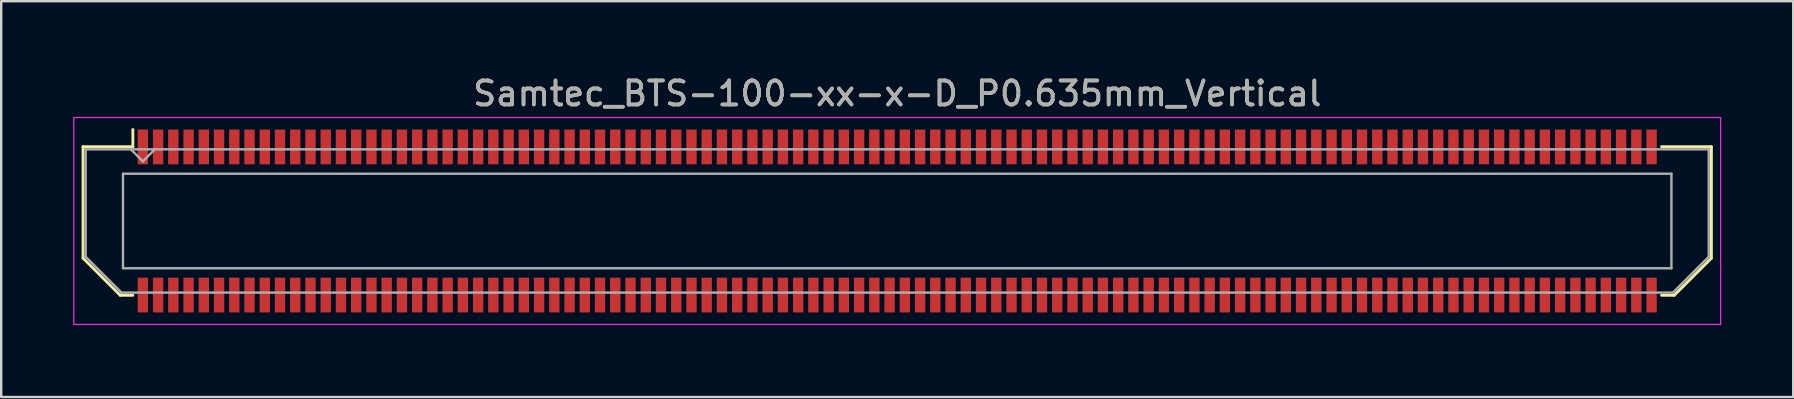
<source format=kicad_pcb>
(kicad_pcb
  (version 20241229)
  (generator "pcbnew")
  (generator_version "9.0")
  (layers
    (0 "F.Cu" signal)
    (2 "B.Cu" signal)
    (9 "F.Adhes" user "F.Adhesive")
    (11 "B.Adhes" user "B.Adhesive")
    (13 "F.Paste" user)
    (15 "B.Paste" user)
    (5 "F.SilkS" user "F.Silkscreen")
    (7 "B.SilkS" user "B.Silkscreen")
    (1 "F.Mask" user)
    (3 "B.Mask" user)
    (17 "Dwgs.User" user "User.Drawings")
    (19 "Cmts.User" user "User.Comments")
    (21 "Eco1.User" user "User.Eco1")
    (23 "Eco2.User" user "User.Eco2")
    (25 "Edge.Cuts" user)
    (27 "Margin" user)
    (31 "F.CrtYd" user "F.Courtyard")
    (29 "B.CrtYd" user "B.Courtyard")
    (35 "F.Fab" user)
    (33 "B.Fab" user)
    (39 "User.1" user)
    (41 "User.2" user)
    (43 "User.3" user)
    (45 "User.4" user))
  (footprint "Samtec_BTS-100-xx-x-D_P0.635mm_Vertical"
    (layer "F.Cu")
    (at 34.335 6.158)
    (property "Reference" "Samtec_BTS-100-xx-x-D_P0.635mm_Vertical" (at 0 -5.31 0) (layer "F.SilkS") (effects (font (size 1 1) (thickness 0.15))))
    (attr smd)
    (fp_line (start -33.925 -3.095) (end -33.925 1.548) (stroke (width 0.12) (type solid)) (layer "F.SilkS"))
    (fp_line (start -33.925 1.548) (end -32.377 3.095) (stroke (width 0.12) (type solid)) (layer "F.SilkS"))
    (fp_line (start -32.377 3.095) (end -31.849 3.095) (stroke (width 0.12) (type solid)) (layer "F.SilkS"))
    (fp_line (start -31.849 -3.811) (end -31.849 -3.095) (stroke (width 0.12) (type solid)) (layer "F.SilkS"))
    (fp_line (start -31.849 -3.095) (end -33.925 -3.095) (stroke (width 0.12) (type solid)) (layer "F.SilkS"))
    (fp_line (start 31.849 -3.095) (end 33.925 -3.095) (stroke (width 0.12) (type solid)) (layer "F.SilkS"))
    (fp_line (start 32.377 3.095) (end 31.849 3.095) (stroke (width 0.12) (type solid)) (layer "F.SilkS"))
    (fp_line (start 33.925 -3.095) (end 33.925 1.548) (stroke (width 0.12) (type solid)) (layer "F.SilkS"))
    (fp_line (start 33.925 1.548) (end 32.377 3.095) (stroke (width 0.12) (type solid)) (layer "F.SilkS"))
    (fp_line (start -34.31 -4.31) (end -34.31 4.31) (stroke (width 0.05) (type solid)) (layer "F.CrtYd"))
    (fp_line (start -34.31 4.31) (end 34.31 4.31) (stroke (width 0.05) (type solid)) (layer "F.CrtYd"))
    (fp_line (start 34.31 -4.31) (end -34.31 -4.31) (stroke (width 0.05) (type solid)) (layer "F.CrtYd"))
    (fp_line (start 34.31 4.31) (end 34.31 -4.31) (stroke (width 0.05) (type solid)) (layer "F.CrtYd"))
    (fp_line (start -33.815 -2.985) (end -33.815 1.492) (stroke (width 0.1) (type solid)) (layer "F.Fab"))
    (fp_line (start -33.815 -2.985) (end 33.815 -2.985) (stroke (width 0.1) (type solid)) (layer "F.Fab"))
    (fp_line (start -33.815 1.492) (end -32.322 2.985) (stroke (width 0.1) (type solid)) (layer "F.Fab"))
    (fp_line (start -32.322 2.985) (end 32.322 2.985) (stroke (width 0.1) (type solid)) (layer "F.Fab"))
    (fp_line (start -32.26 -1.97) (end -32.26 1.97) (stroke (width 0.1) (type solid)) (layer "F.Fab"))
    (fp_line (start -32.26 1.97) (end 32.26 1.97) (stroke (width 0.1) (type solid)) (layer "F.Fab"))
    (fp_line (start -31.433 -2.485) (end -31.933 -2.985) (stroke (width 0.1) (type solid)) (layer "F.Fab"))
    (fp_line (start -30.933 -2.985) (end -31.433 -2.485) (stroke (width 0.1) (type solid)) (layer "F.Fab"))
    (fp_line (start 32.26 -1.97) (end -32.26 -1.97) (stroke (width 0.1) (type solid)) (layer "F.Fab"))
    (fp_line (start 32.26 1.97) (end 32.26 -1.97) (stroke (width 0.1) (type solid)) (layer "F.Fab"))
    (fp_line (start 33.815 -2.985) (end 33.815 1.492) (stroke (width 0.1) (type solid)) (layer "F.Fab"))
    (fp_line (start 33.815 1.492) (end 32.322 2.985) (stroke (width 0.1) (type solid)) (layer "F.Fab"))
    (fp_text user "${REFERENCE}" (at 0 -5.31 0) (layer "F.Fab") (effects (font (size 1 1) (thickness 0.15))))
    (pad "1" smd rect (at -31.433 -3.086) (size 0.432 1.45) (layers "F.Cu" "F.Mask" "F.Paste"))
    (pad "2" smd rect (at -31.433 3.086) (size 0.432 1.45) (layers "F.Cu" "F.Mask" "F.Paste"))
    (pad "3" smd rect (at -30.797 -3.086) (size 0.432 1.45) (layers "F.Cu" "F.Mask" "F.Paste"))
    (pad "4" smd rect (at -30.797 3.086) (size 0.432 1.45) (layers "F.Cu" "F.Mask" "F.Paste"))
    (pad "5" smd rect (at -30.163 -3.086) (size 0.432 1.45) (layers "F.Cu" "F.Mask" "F.Paste"))
    (pad "6" smd rect (at -30.163 3.086) (size 0.432 1.45) (layers "F.Cu" "F.Mask" "F.Paste"))
    (pad "7" smd rect (at -29.527 -3.086) (size 0.432 1.45) (layers "F.Cu" "F.Mask" "F.Paste"))
    (pad "8" smd rect (at -29.527 3.086) (size 0.432 1.45) (layers "F.Cu" "F.Mask" "F.Paste"))
    (pad "9" smd rect (at -28.892 -3.086) (size 0.432 1.45) (layers "F.Cu" "F.Mask" "F.Paste"))
    (pad "10" smd rect (at -28.892 3.086) (size 0.432 1.45) (layers "F.Cu" "F.Mask" "F.Paste"))
    (pad "11" smd rect (at -28.258 -3.086) (size 0.432 1.45) (layers "F.Cu" "F.Mask" "F.Paste"))
    (pad "12" smd rect (at -28.258 3.086) (size 0.432 1.45) (layers "F.Cu" "F.Mask" "F.Paste"))
    (pad "13" smd rect (at -27.622 -3.086) (size 0.432 1.45) (layers "F.Cu" "F.Mask" "F.Paste"))
    (pad "14" smd rect (at -27.622 3.086) (size 0.432 1.45) (layers "F.Cu" "F.Mask" "F.Paste"))
    (pad "15" smd rect (at -26.988 -3.086) (size 0.432 1.45) (layers "F.Cu" "F.Mask" "F.Paste"))
    (pad "16" smd rect (at -26.988 3.086) (size 0.432 1.45) (layers "F.Cu" "F.Mask" "F.Paste"))
    (pad "17" smd rect (at -26.352 -3.086) (size 0.432 1.45) (layers "F.Cu" "F.Mask" "F.Paste"))
    (pad "18" smd rect (at -26.352 3.086) (size 0.432 1.45) (layers "F.Cu" "F.Mask" "F.Paste"))
    (pad "19" smd rect (at -25.718 -3.086) (size 0.432 1.45) (layers "F.Cu" "F.Mask" "F.Paste"))
    (pad "20" smd rect (at -25.718 3.086) (size 0.432 1.45) (layers "F.Cu" "F.Mask" "F.Paste"))
    (pad "21" smd rect (at -25.082 -3.086) (size 0.432 1.45) (layers "F.Cu" "F.Mask" "F.Paste"))
    (pad "22" smd rect (at -25.082 3.086) (size 0.432 1.45) (layers "F.Cu" "F.Mask" "F.Paste"))
    (pad "23" smd rect (at -24.448 -3.086) (size 0.432 1.45) (layers "F.Cu" "F.Mask" "F.Paste"))
    (pad "24" smd rect (at -24.448 3.086) (size 0.432 1.45) (layers "F.Cu" "F.Mask" "F.Paste"))
    (pad "25" smd rect (at -23.812 -3.086) (size 0.432 1.45) (layers "F.Cu" "F.Mask" "F.Paste"))
    (pad "26" smd rect (at -23.812 3.086) (size 0.432 1.45) (layers "F.Cu" "F.Mask" "F.Paste"))
    (pad "27" smd rect (at -23.177 -3.086) (size 0.432 1.45) (layers "F.Cu" "F.Mask" "F.Paste"))
    (pad "28" smd rect (at -23.177 3.086) (size 0.432 1.45) (layers "F.Cu" "F.Mask" "F.Paste"))
    (pad "29" smd rect (at -22.543 -3.086) (size 0.432 1.45) (layers "F.Cu" "F.Mask" "F.Paste"))
    (pad "30" smd rect (at -22.543 3.086) (size 0.432 1.45) (layers "F.Cu" "F.Mask" "F.Paste"))
    (pad "31" smd rect (at -21.907 -3.086) (size 0.432 1.45) (layers "F.Cu" "F.Mask" "F.Paste"))
    (pad "32" smd rect (at -21.907 3.086) (size 0.432 1.45) (layers "F.Cu" "F.Mask" "F.Paste"))
    (pad "33" smd rect (at -21.273 -3.086) (size 0.432 1.45) (layers "F.Cu" "F.Mask" "F.Paste"))
    (pad "34" smd rect (at -21.273 3.086) (size 0.432 1.45) (layers "F.Cu" "F.Mask" "F.Paste"))
    (pad "35" smd rect (at -20.637 -3.086) (size 0.432 1.45) (layers "F.Cu" "F.Mask" "F.Paste"))
    (pad "36" smd rect (at -20.637 3.086) (size 0.432 1.45) (layers "F.Cu" "F.Mask" "F.Paste"))
    (pad "37" smd rect (at -20.003 -3.086) (size 0.432 1.45) (layers "F.Cu" "F.Mask" "F.Paste"))
    (pad "38" smd rect (at -20.003 3.086) (size 0.432 1.45) (layers "F.Cu" "F.Mask" "F.Paste"))
    (pad "39" smd rect (at -19.367 -3.086) (size 0.432 1.45) (layers "F.Cu" "F.Mask" "F.Paste"))
    (pad "40" smd rect (at -19.367 3.086) (size 0.432 1.45) (layers "F.Cu" "F.Mask" "F.Paste"))
    (pad "41" smd rect (at -18.733 -3.086) (size 0.432 1.45) (layers "F.Cu" "F.Mask" "F.Paste"))
    (pad "42" smd rect (at -18.733 3.086) (size 0.432 1.45) (layers "F.Cu" "F.Mask" "F.Paste"))
    (pad "43" smd rect (at -18.098 -3.086) (size 0.432 1.45) (layers "F.Cu" "F.Mask" "F.Paste"))
    (pad "44" smd rect (at -18.098 3.086) (size 0.432 1.45) (layers "F.Cu" "F.Mask" "F.Paste"))
    (pad "45" smd rect (at -17.462 -3.086) (size 0.432 1.45) (layers "F.Cu" "F.Mask" "F.Paste"))
    (pad "46" smd rect (at -17.462 3.086) (size 0.432 1.45) (layers "F.Cu" "F.Mask" "F.Paste"))
    (pad "47" smd rect (at -16.828 -3.086) (size 0.432 1.45) (layers "F.Cu" "F.Mask" "F.Paste"))
    (pad "48" smd rect (at -16.828 3.086) (size 0.432 1.45) (layers "F.Cu" "F.Mask" "F.Paste"))
    (pad "49" smd rect (at -16.192 -3.086) (size 0.432 1.45) (layers "F.Cu" "F.Mask" "F.Paste"))
    (pad "50" smd rect (at -16.192 3.086) (size 0.432 1.45) (layers "F.Cu" "F.Mask" "F.Paste"))
    (pad "51" smd rect (at -15.557 -3.086) (size 0.432 1.45) (layers "F.Cu" "F.Mask" "F.Paste"))
    (pad "52" smd rect (at -15.557 3.086) (size 0.432 1.45) (layers "F.Cu" "F.Mask" "F.Paste"))
    (pad "53" smd rect (at -14.922 -3.086) (size 0.432 1.45) (layers "F.Cu" "F.Mask" "F.Paste"))
    (pad "54" smd rect (at -14.922 3.086) (size 0.432 1.45) (layers "F.Cu" "F.Mask" "F.Paste"))
    (pad "55" smd rect (at -14.287 -3.086) (size 0.432 1.45) (layers "F.Cu" "F.Mask" "F.Paste"))
    (pad "56" smd rect (at -14.287 3.086) (size 0.432 1.45) (layers "F.Cu" "F.Mask" "F.Paste"))
    (pad "57" smd rect (at -13.652 -3.086) (size 0.432 1.45) (layers "F.Cu" "F.Mask" "F.Paste"))
    (pad "58" smd rect (at -13.652 3.086) (size 0.432 1.45) (layers "F.Cu" "F.Mask" "F.Paste"))
    (pad "59" smd rect (at -13.018 -3.086) (size 0.432 1.45) (layers "F.Cu" "F.Mask" "F.Paste"))
    (pad "60" smd rect (at -13.018 3.086) (size 0.432 1.45) (layers "F.Cu" "F.Mask" "F.Paste"))
    (pad "61" smd rect (at -12.383 -3.086) (size 0.432 1.45) (layers "F.Cu" "F.Mask" "F.Paste"))
    (pad "62" smd rect (at -12.383 3.086) (size 0.432 1.45) (layers "F.Cu" "F.Mask" "F.Paste"))
    (pad "63" smd rect (at -11.748 -3.086) (size 0.432 1.45) (layers "F.Cu" "F.Mask" "F.Paste"))
    (pad "64" smd rect (at -11.748 3.086) (size 0.432 1.45) (layers "F.Cu" "F.Mask" "F.Paste"))
    (pad "65" smd rect (at -11.113 -3.086) (size 0.432 1.45) (layers "F.Cu" "F.Mask" "F.Paste"))
    (pad "66" smd rect (at -11.113 3.086) (size 0.432 1.45) (layers "F.Cu" "F.Mask" "F.Paste"))
    (pad "67" smd rect (at -10.477 -3.086) (size 0.432 1.45) (layers "F.Cu" "F.Mask" "F.Paste"))
    (pad "68" smd rect (at -10.477 3.086) (size 0.432 1.45) (layers "F.Cu" "F.Mask" "F.Paste"))
    (pad "69" smd rect (at -9.842 -3.086) (size 0.432 1.45) (layers "F.Cu" "F.Mask" "F.Paste"))
    (pad "70" smd rect (at -9.842 3.086) (size 0.432 1.45) (layers "F.Cu" "F.Mask" "F.Paste"))
    (pad "71" smd rect (at -9.207 -3.086) (size 0.432 1.45) (layers "F.Cu" "F.Mask" "F.Paste"))
    (pad "72" smd rect (at -9.207 3.086) (size 0.432 1.45) (layers "F.Cu" "F.Mask" "F.Paste"))
    (pad "73" smd rect (at -8.572 -3.086) (size 0.432 1.45) (layers "F.Cu" "F.Mask" "F.Paste"))
    (pad "74" smd rect (at -8.572 3.086) (size 0.432 1.45) (layers "F.Cu" "F.Mask" "F.Paste"))
    (pad "75" smd rect (at -7.938 -3.086) (size 0.432 1.45) (layers "F.Cu" "F.Mask" "F.Paste"))
    (pad "76" smd rect (at -7.938 3.086) (size 0.432 1.45) (layers "F.Cu" "F.Mask" "F.Paste"))
    (pad "77" smd rect (at -7.303 -3.086) (size 0.432 1.45) (layers "F.Cu" "F.Mask" "F.Paste"))
    (pad "78" smd rect (at -7.303 3.086) (size 0.432 1.45) (layers "F.Cu" "F.Mask" "F.Paste"))
    (pad "79" smd rect (at -6.668 -3.086) (size 0.432 1.45) (layers "F.Cu" "F.Mask" "F.Paste"))
    (pad "80" smd rect (at -6.668 3.086) (size 0.432 1.45) (layers "F.Cu" "F.Mask" "F.Paste"))
    (pad "81" smd rect (at -6.032 -3.086) (size 0.432 1.45) (layers "F.Cu" "F.Mask" "F.Paste"))
    (pad "82" smd rect (at -6.032 3.086) (size 0.432 1.45) (layers "F.Cu" "F.Mask" "F.Paste"))
    (pad "83" smd rect (at -5.397 -3.086) (size 0.432 1.45) (layers "F.Cu" "F.Mask" "F.Paste"))
    (pad "84" smd rect (at -5.397 3.086) (size 0.432 1.45) (layers "F.Cu" "F.Mask" "F.Paste"))
    (pad "85" smd rect (at -4.763 -3.086) (size 0.432 1.45) (layers "F.Cu" "F.Mask" "F.Paste"))
    (pad "86" smd rect (at -4.763 3.086) (size 0.432 1.45) (layers "F.Cu" "F.Mask" "F.Paste"))
    (pad "87" smd rect (at -4.128 -3.086) (size 0.432 1.45) (layers "F.Cu" "F.Mask" "F.Paste"))
    (pad "88" smd rect (at -4.128 3.086) (size 0.432 1.45) (layers "F.Cu" "F.Mask" "F.Paste"))
    (pad "89" smd rect (at -3.493 -3.086) (size 0.432 1.45) (layers "F.Cu" "F.Mask" "F.Paste"))
    (pad "90" smd rect (at -3.493 3.086) (size 0.432 1.45) (layers "F.Cu" "F.Mask" "F.Paste"))
    (pad "91" smd rect (at -2.857 -3.086) (size 0.432 1.45) (layers "F.Cu" "F.Mask" "F.Paste"))
    (pad "92" smd rect (at -2.857 3.086) (size 0.432 1.45) (layers "F.Cu" "F.Mask" "F.Paste"))
    (pad "93" smd rect (at -2.223 -3.086) (size 0.432 1.45) (layers "F.Cu" "F.Mask" "F.Paste"))
    (pad "94" smd rect (at -2.223 3.086) (size 0.432 1.45) (layers "F.Cu" "F.Mask" "F.Paste"))
    (pad "95" smd rect (at -1.587 -3.086) (size 0.432 1.45) (layers "F.Cu" "F.Mask" "F.Paste"))
    (pad "96" smd rect (at -1.587 3.086) (size 0.432 1.45) (layers "F.Cu" "F.Mask" "F.Paste"))
    (pad "97" smd rect (at -0.953 -3.086) (size 0.432 1.45) (layers "F.Cu" "F.Mask" "F.Paste"))
    (pad "98" smd rect (at -0.953 3.086) (size 0.432 1.45) (layers "F.Cu" "F.Mask" "F.Paste"))
    (pad "99" smd rect (at -0.318 -3.086) (size 0.432 1.45) (layers "F.Cu" "F.Mask" "F.Paste"))
    (pad "100" smd rect (at -0.318 3.086) (size 0.432 1.45) (layers "F.Cu" "F.Mask" "F.Paste"))
    (pad "101" smd rect (at 0.318 -3.086) (size 0.432 1.45) (layers "F.Cu" "F.Mask" "F.Paste"))
    (pad "102" smd rect (at 0.318 3.086) (size 0.432 1.45) (layers "F.Cu" "F.Mask" "F.Paste"))
    (pad "103" smd rect (at 0.953 -3.086) (size 0.432 1.45) (layers "F.Cu" "F.Mask" "F.Paste"))
    (pad "104" smd rect (at 0.953 3.086) (size 0.432 1.45) (layers "F.Cu" "F.Mask" "F.Paste"))
    (pad "105" smd rect (at 1.587 -3.086) (size 0.432 1.45) (layers "F.Cu" "F.Mask" "F.Paste"))
    (pad "106" smd rect (at 1.587 3.086) (size 0.432 1.45) (layers "F.Cu" "F.Mask" "F.Paste"))
    (pad "107" smd rect (at 2.223 -3.086) (size 0.432 1.45) (layers "F.Cu" "F.Mask" "F.Paste"))
    (pad "108" smd rect (at 2.223 3.086) (size 0.432 1.45) (layers "F.Cu" "F.Mask" "F.Paste"))
    (pad "109" smd rect (at 2.857 -3.086) (size 0.432 1.45) (layers "F.Cu" "F.Mask" "F.Paste"))
    (pad "110" smd rect (at 2.857 3.086) (size 0.432 1.45) (layers "F.Cu" "F.Mask" "F.Paste"))
    (pad "111" smd rect (at 3.493 -3.086) (size 0.432 1.45) (layers "F.Cu" "F.Mask" "F.Paste"))
    (pad "112" smd rect (at 3.493 3.086) (size 0.432 1.45) (layers "F.Cu" "F.Mask" "F.Paste"))
    (pad "113" smd rect (at 4.128 -3.086) (size 0.432 1.45) (layers "F.Cu" "F.Mask" "F.Paste"))
    (pad "114" smd rect (at 4.128 3.086) (size 0.432 1.45) (layers "F.Cu" "F.Mask" "F.Paste"))
    (pad "115" smd rect (at 4.763 -3.086) (size 0.432 1.45) (layers "F.Cu" "F.Mask" "F.Paste"))
    (pad "116" smd rect (at 4.763 3.086) (size 0.432 1.45) (layers "F.Cu" "F.Mask" "F.Paste"))
    (pad "117" smd rect (at 5.397 -3.086) (size 0.432 1.45) (layers "F.Cu" "F.Mask" "F.Paste"))
    (pad "118" smd rect (at 5.397 3.086) (size 0.432 1.45) (layers "F.Cu" "F.Mask" "F.Paste"))
    (pad "119" smd rect (at 6.032 -3.086) (size 0.432 1.45) (layers "F.Cu" "F.Mask" "F.Paste"))
    (pad "120" smd rect (at 6.032 3.086) (size 0.432 1.45) (layers "F.Cu" "F.Mask" "F.Paste"))
    (pad "121" smd rect (at 6.668 -3.086) (size 0.432 1.45) (layers "F.Cu" "F.Mask" "F.Paste"))
    (pad "122" smd rect (at 6.668 3.086) (size 0.432 1.45) (layers "F.Cu" "F.Mask" "F.Paste"))
    (pad "123" smd rect (at 7.303 -3.086) (size 0.432 1.45) (layers "F.Cu" "F.Mask" "F.Paste"))
    (pad "124" smd rect (at 7.303 3.086) (size 0.432 1.45) (layers "F.Cu" "F.Mask" "F.Paste"))
    (pad "125" smd rect (at 7.938 -3.086) (size 0.432 1.45) (layers "F.Cu" "F.Mask" "F.Paste"))
    (pad "126" smd rect (at 7.938 3.086) (size 0.432 1.45) (layers "F.Cu" "F.Mask" "F.Paste"))
    (pad "127" smd rect (at 8.572 -3.086) (size 0.432 1.45) (layers "F.Cu" "F.Mask" "F.Paste"))
    (pad "128" smd rect (at 8.572 3.086) (size 0.432 1.45) (layers "F.Cu" "F.Mask" "F.Paste"))
    (pad "129" smd rect (at 9.207 -3.086) (size 0.432 1.45) (layers "F.Cu" "F.Mask" "F.Paste"))
    (pad "130" smd rect (at 9.207 3.086) (size 0.432 1.45) (layers "F.Cu" "F.Mask" "F.Paste"))
    (pad "131" smd rect (at 9.842 -3.086) (size 0.432 1.45) (layers "F.Cu" "F.Mask" "F.Paste"))
    (pad "132" smd rect (at 9.842 3.086) (size 0.432 1.45) (layers "F.Cu" "F.Mask" "F.Paste"))
    (pad "133" smd rect (at 10.477 -3.086) (size 0.432 1.45) (layers "F.Cu" "F.Mask" "F.Paste"))
    (pad "134" smd rect (at 10.477 3.086) (size 0.432 1.45) (layers "F.Cu" "F.Mask" "F.Paste"))
    (pad "135" smd rect (at 11.113 -3.086) (size 0.432 1.45) (layers "F.Cu" "F.Mask" "F.Paste"))
    (pad "136" smd rect (at 11.113 3.086) (size 0.432 1.45) (layers "F.Cu" "F.Mask" "F.Paste"))
    (pad "137" smd rect (at 11.748 -3.086) (size 0.432 1.45) (layers "F.Cu" "F.Mask" "F.Paste"))
    (pad "138" smd rect (at 11.748 3.086) (size 0.432 1.45) (layers "F.Cu" "F.Mask" "F.Paste"))
    (pad "139" smd rect (at 12.383 -3.086) (size 0.432 1.45) (layers "F.Cu" "F.Mask" "F.Paste"))
    (pad "140" smd rect (at 12.383 3.086) (size 0.432 1.45) (layers "F.Cu" "F.Mask" "F.Paste"))
    (pad "141" smd rect (at 13.018 -3.086) (size 0.432 1.45) (layers "F.Cu" "F.Mask" "F.Paste"))
    (pad "142" smd rect (at 13.018 3.086) (size 0.432 1.45) (layers "F.Cu" "F.Mask" "F.Paste"))
    (pad "143" smd rect (at 13.652 -3.086) (size 0.432 1.45) (layers "F.Cu" "F.Mask" "F.Paste"))
    (pad "144" smd rect (at 13.652 3.086) (size 0.432 1.45) (layers "F.Cu" "F.Mask" "F.Paste"))
    (pad "145" smd rect (at 14.287 -3.086) (size 0.432 1.45) (layers "F.Cu" "F.Mask" "F.Paste"))
    (pad "146" smd rect (at 14.287 3.086) (size 0.432 1.45) (layers "F.Cu" "F.Mask" "F.Paste"))
    (pad "147" smd rect (at 14.922 -3.086) (size 0.432 1.45) (layers "F.Cu" "F.Mask" "F.Paste"))
    (pad "148" smd rect (at 14.922 3.086) (size 0.432 1.45) (layers "F.Cu" "F.Mask" "F.Paste"))
    (pad "149" smd rect (at 15.557 -3.086) (size 0.432 1.45) (layers "F.Cu" "F.Mask" "F.Paste"))
    (pad "150" smd rect (at 15.557 3.086) (size 0.432 1.45) (layers "F.Cu" "F.Mask" "F.Paste"))
    (pad "151" smd rect (at 16.192 -3.086) (size 0.432 1.45) (layers "F.Cu" "F.Mask" "F.Paste"))
    (pad "152" smd rect (at 16.192 3.086) (size 0.432 1.45) (layers "F.Cu" "F.Mask" "F.Paste"))
    (pad "153" smd rect (at 16.828 -3.086) (size 0.432 1.45) (layers "F.Cu" "F.Mask" "F.Paste"))
    (pad "154" smd rect (at 16.828 3.086) (size 0.432 1.45) (layers "F.Cu" "F.Mask" "F.Paste"))
    (pad "155" smd rect (at 17.462 -3.086) (size 0.432 1.45) (layers "F.Cu" "F.Mask" "F.Paste"))
    (pad "156" smd rect (at 17.462 3.086) (size 0.432 1.45) (layers "F.Cu" "F.Mask" "F.Paste"))
    (pad "157" smd rect (at 18.098 -3.086) (size 0.432 1.45) (layers "F.Cu" "F.Mask" "F.Paste"))
    (pad "158" smd rect (at 18.098 3.086) (size 0.432 1.45) (layers "F.Cu" "F.Mask" "F.Paste"))
    (pad "159" smd rect (at 18.733 -3.086) (size 0.432 1.45) (layers "F.Cu" "F.Mask" "F.Paste"))
    (pad "160" smd rect (at 18.733 3.086) (size 0.432 1.45) (layers "F.Cu" "F.Mask" "F.Paste"))
    (pad "161" smd rect (at 19.367 -3.086) (size 0.432 1.45) (layers "F.Cu" "F.Mask" "F.Paste"))
    (pad "162" smd rect (at 19.367 3.086) (size 0.432 1.45) (layers "F.Cu" "F.Mask" "F.Paste"))
    (pad "163" smd rect (at 20.003 -3.086) (size 0.432 1.45) (layers "F.Cu" "F.Mask" "F.Paste"))
    (pad "164" smd rect (at 20.003 3.086) (size 0.432 1.45) (layers "F.Cu" "F.Mask" "F.Paste"))
    (pad "165" smd rect (at 20.637 -3.086) (size 0.432 1.45) (layers "F.Cu" "F.Mask" "F.Paste"))
    (pad "166" smd rect (at 20.637 3.086) (size 0.432 1.45) (layers "F.Cu" "F.Mask" "F.Paste"))
    (pad "167" smd rect (at 21.273 -3.086) (size 0.432 1.45) (layers "F.Cu" "F.Mask" "F.Paste"))
    (pad "168" smd rect (at 21.273 3.086) (size 0.432 1.45) (layers "F.Cu" "F.Mask" "F.Paste"))
    (pad "169" smd rect (at 21.907 -3.086) (size 0.432 1.45) (layers "F.Cu" "F.Mask" "F.Paste"))
    (pad "170" smd rect (at 21.907 3.086) (size 0.432 1.45) (layers "F.Cu" "F.Mask" "F.Paste"))
    (pad "171" smd rect (at 22.543 -3.086) (size 0.432 1.45) (layers "F.Cu" "F.Mask" "F.Paste"))
    (pad "172" smd rect (at 22.543 3.086) (size 0.432 1.45) (layers "F.Cu" "F.Mask" "F.Paste"))
    (pad "173" smd rect (at 23.177 -3.086) (size 0.432 1.45) (layers "F.Cu" "F.Mask" "F.Paste"))
    (pad "174" smd rect (at 23.177 3.086) (size 0.432 1.45) (layers "F.Cu" "F.Mask" "F.Paste"))
    (pad "175" smd rect (at 23.812 -3.086) (size 0.432 1.45) (layers "F.Cu" "F.Mask" "F.Paste"))
    (pad "176" smd rect (at 23.812 3.086) (size 0.432 1.45) (layers "F.Cu" "F.Mask" "F.Paste"))
    (pad "177" smd rect (at 24.448 -3.086) (size 0.432 1.45) (layers "F.Cu" "F.Mask" "F.Paste"))
    (pad "178" smd rect (at 24.448 3.086) (size 0.432 1.45) (layers "F.Cu" "F.Mask" "F.Paste"))
    (pad "179" smd rect (at 25.082 -3.086) (size 0.432 1.45) (layers "F.Cu" "F.Mask" "F.Paste"))
    (pad "180" smd rect (at 25.082 3.086) (size 0.432 1.45) (layers "F.Cu" "F.Mask" "F.Paste"))
    (pad "181" smd rect (at 25.718 -3.086) (size 0.432 1.45) (layers "F.Cu" "F.Mask" "F.Paste"))
    (pad "182" smd rect (at 25.718 3.086) (size 0.432 1.45) (layers "F.Cu" "F.Mask" "F.Paste"))
    (pad "183" smd rect (at 26.352 -3.086) (size 0.432 1.45) (layers "F.Cu" "F.Mask" "F.Paste"))
    (pad "184" smd rect (at 26.352 3.086) (size 0.432 1.45) (layers "F.Cu" "F.Mask" "F.Paste"))
    (pad "185" smd rect (at 26.988 -3.086) (size 0.432 1.45) (layers "F.Cu" "F.Mask" "F.Paste"))
    (pad "186" smd rect (at 26.988 3.086) (size 0.432 1.45) (layers "F.Cu" "F.Mask" "F.Paste"))
    (pad "187" smd rect (at 27.622 -3.086) (size 0.432 1.45) (layers "F.Cu" "F.Mask" "F.Paste"))
    (pad "188" smd rect (at 27.622 3.086) (size 0.432 1.45) (layers "F.Cu" "F.Mask" "F.Paste"))
    (pad "189" smd rect (at 28.258 -3.086) (size 0.432 1.45) (layers "F.Cu" "F.Mask" "F.Paste"))
    (pad "190" smd rect (at 28.258 3.086) (size 0.432 1.45) (layers "F.Cu" "F.Mask" "F.Paste"))
    (pad "191" smd rect (at 28.892 -3.086) (size 0.432 1.45) (layers "F.Cu" "F.Mask" "F.Paste"))
    (pad "192" smd rect (at 28.892 3.086) (size 0.432 1.45) (layers "F.Cu" "F.Mask" "F.Paste"))
    (pad "193" smd rect (at 29.527 -3.086) (size 0.432 1.45) (layers "F.Cu" "F.Mask" "F.Paste"))
    (pad "194" smd rect (at 29.527 3.086) (size 0.432 1.45) (layers "F.Cu" "F.Mask" "F.Paste"))
    (pad "195" smd rect (at 30.163 -3.086) (size 0.432 1.45) (layers "F.Cu" "F.Mask" "F.Paste"))
    (pad "196" smd rect (at 30.163 3.086) (size 0.432 1.45) (layers "F.Cu" "F.Mask" "F.Paste"))
    (pad "197" smd rect (at 30.797 -3.086) (size 0.432 1.45) (layers "F.Cu" "F.Mask" "F.Paste"))
    (pad "198" smd rect (at 30.797 3.086) (size 0.432 1.45) (layers "F.Cu" "F.Mask" "F.Paste"))
    (pad "199" smd rect (at 31.433 -3.086) (size 0.432 1.45) (layers "F.Cu" "F.Mask" "F.Paste"))
    (pad "200" smd rect (at 31.433 3.086) (size 0.432 1.45) (layers "F.Cu" "F.Mask" "F.Paste")))
  (gr_rect
    (start -3 -3)
    (end 71.67 13.493)
    (stroke (width 0.1) (type default))
    (fill no)
    (layer "Edge.Cuts")))
</source>
